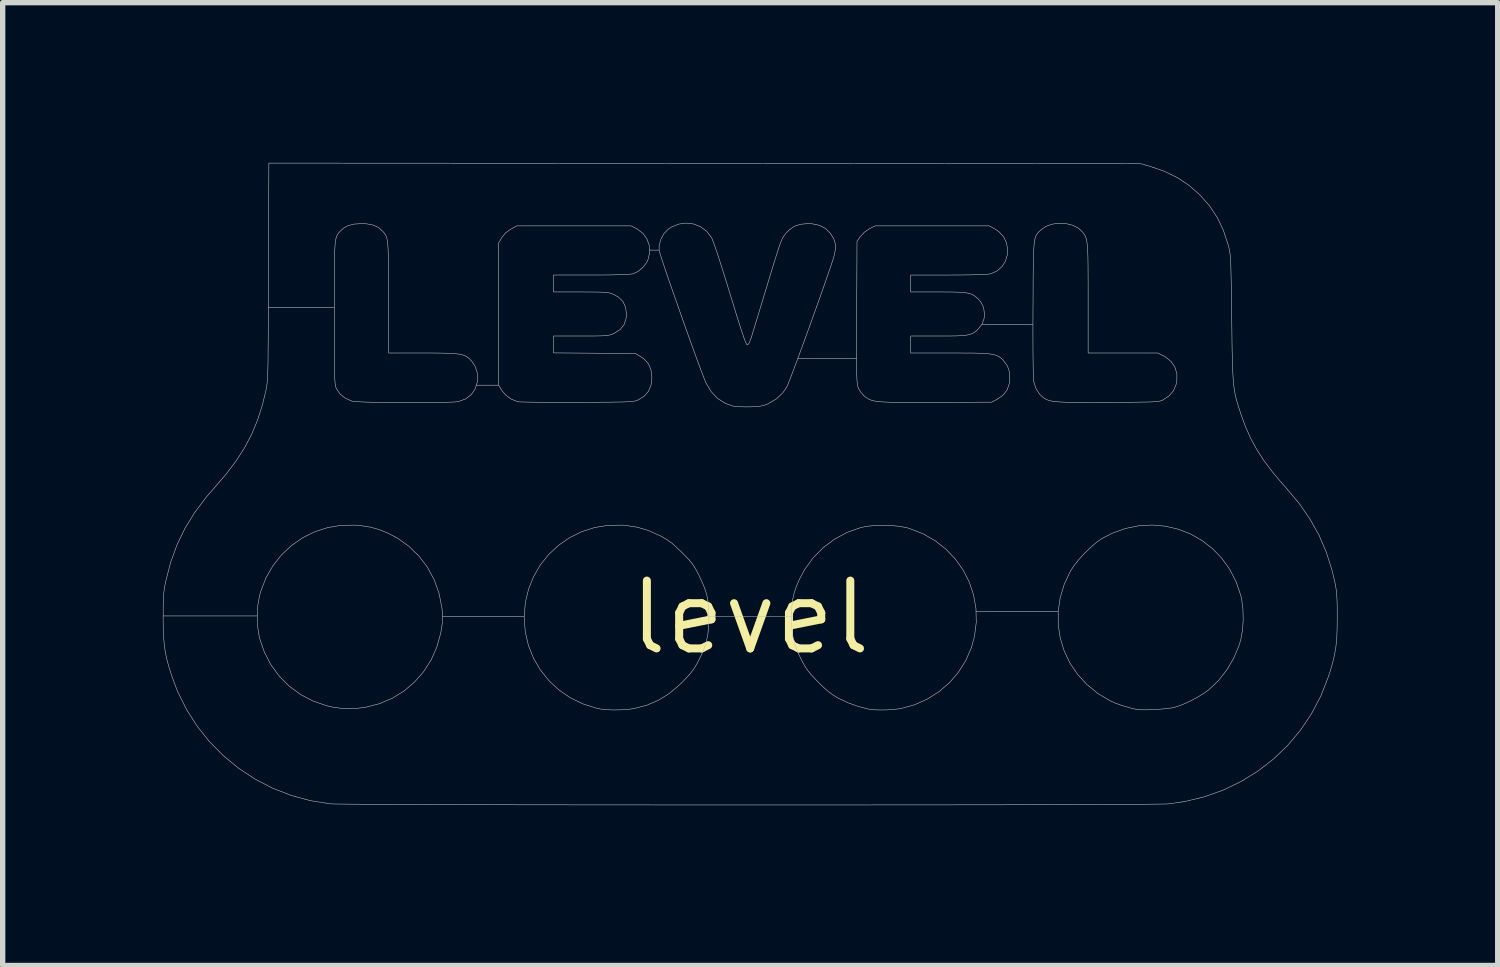
<source format=kicad_pcb>
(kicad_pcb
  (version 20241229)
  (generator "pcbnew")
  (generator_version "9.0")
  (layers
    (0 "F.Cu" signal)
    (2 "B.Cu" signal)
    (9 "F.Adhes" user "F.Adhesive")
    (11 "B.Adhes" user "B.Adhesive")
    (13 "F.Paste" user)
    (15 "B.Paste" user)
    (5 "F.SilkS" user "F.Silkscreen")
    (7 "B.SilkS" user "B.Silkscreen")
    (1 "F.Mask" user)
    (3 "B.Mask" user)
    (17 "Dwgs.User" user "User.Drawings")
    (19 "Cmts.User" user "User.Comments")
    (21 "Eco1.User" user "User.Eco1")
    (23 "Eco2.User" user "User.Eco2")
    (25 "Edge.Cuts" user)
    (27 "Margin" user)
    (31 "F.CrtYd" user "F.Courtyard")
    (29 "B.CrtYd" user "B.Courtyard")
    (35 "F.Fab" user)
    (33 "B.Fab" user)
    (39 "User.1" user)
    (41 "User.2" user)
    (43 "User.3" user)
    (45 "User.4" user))
  (footprint "level"
    (layer "F.Cu")
    (at 11 8.514)
    (property "Reference" "level" (at 0 0 0) (layer "F.SilkS") (effects (font (size 1.27 1.27) (thickness 0.15))))
    (attr through_hole)
    (fp_poly (pts (xy -0.851 -8.504) (xy 7.313 -8.498) (xy 7.476 -8.452) (xy 7.754 -8.357) (xy 8.001 -8.237) (xy 8.222 -8.089) (xy 8.423 -7.912) (xy 8.602 -7.709) (xy 8.746 -7.493) (xy 8.86 -7.255) (xy 8.948 -6.989) (xy 8.949 -6.985) (xy 8.961 -6.942) (xy 8.97 -6.901) (xy 8.979 -6.86) (xy 8.986 -6.815) (xy 8.991 -6.761) (xy 8.996 -6.695) (xy 9 -6.614) (xy 9.003 -6.512) (xy 9.006 -6.388) (xy 9.009 -6.236) (xy 9.012 -6.052) (xy 9.015 -5.834) (xy 9.018 -5.599) (xy 9.021 -5.33) (xy 9.024 -5.099) (xy 9.028 -4.902) (xy 9.032 -4.735) (xy 9.038 -4.593) (xy 9.045 -4.472) (xy 9.054 -4.369) (xy 9.065 -4.278) (xy 9.079 -4.196) (xy 9.096 -4.118) (xy 9.117 -4.04) (xy 9.142 -3.958) (xy 9.171 -3.868) (xy 9.19 -3.81) (xy 9.276 -3.572) (xy 9.374 -3.353) (xy 9.488 -3.143) (xy 9.622 -2.936) (xy 9.782 -2.724) (xy 9.971 -2.5) (xy 10.035 -2.429) (xy 10.279 -2.138) (xy 10.483 -1.844) (xy 10.652 -1.543) (xy 10.788 -1.226) (xy 10.895 -0.888) (xy 10.946 -0.677) (xy 10.963 -0.594) (xy 10.975 -0.516) (xy 10.984 -0.435) (xy 10.989 -0.341) (xy 10.993 -0.226) (xy 10.994 -0.082) (xy 10.994 0) (xy 10.992 0.206) (xy 10.985 0.38) (xy 10.971 0.533) (xy 10.948 0.677) (xy 10.915 0.822) (xy 10.871 0.979) (xy 10.825 1.119) (xy 10.686 1.473) (xy 10.511 1.805) (xy 10.304 2.113) (xy 10.067 2.395) (xy 9.801 2.65) (xy 9.51 2.876) (xy 9.196 3.07) (xy 8.861 3.232) (xy 8.507 3.358) (xy 8.137 3.448) (xy 7.835 3.491) (xy 7.796 3.493) (xy 7.718 3.495) (xy 7.6 3.496) (xy 7.446 3.498) (xy 7.257 3.499) (xy 7.035 3.501) (xy 6.782 3.502) (xy 6.499 3.503) (xy 6.188 3.504) (xy 5.852 3.505) (xy 5.492 3.506) (xy 5.11 3.507) (xy 4.707 3.508) (xy 4.286 3.508) (xy 3.849 3.509) (xy 3.397 3.51) (xy 2.932 3.51) (xy 2.456 3.51) (xy 1.971 3.511) (xy 1.479 3.511) (xy 0.981 3.511) (xy 0.479 3.511) (xy -0.024 3.511) (xy -0.527 3.511) (xy -1.029 3.511) (xy -1.526 3.511) (xy -2.019 3.51) (xy -2.503 3.51) (xy -2.979 3.51) (xy -3.443 3.509) (xy -3.895 3.509) (xy -4.331 3.508) (xy -4.752 3.507) (xy -5.153 3.506) (xy -5.535 3.505) (xy -5.894 3.504) (xy -6.229 3.503) (xy -6.539 3.502) (xy -6.82 3.501) (xy -7.073 3.5) (xy -7.294 3.498) (xy -7.481 3.497) (xy -7.634 3.495) (xy -7.75 3.494) (xy -7.827 3.492) (xy -7.863 3.49) (xy -8.238 3.431) (xy -8.599 3.332) (xy -8.946 3.197) (xy -9.274 3.027) (xy -9.581 2.824) (xy -9.866 2.59) (xy -10.125 2.328) (xy -10.355 2.04) (xy -10.555 1.727) (xy -10.722 1.391) (xy -10.825 1.119) (xy -10.881 0.945) (xy -10.923 0.792) (xy -10.954 0.648) (xy -10.975 0.502) (xy -10.987 0.344) (xy -10.993 0.163) (xy -10.995 0) (xy -10.994 -0.029) (xy -9.233 -0.029) (xy -9.224 0.174) (xy -9.195 0.36) (xy -9.187 0.392) (xy -9.099 0.65) (xy -8.975 0.888) (xy -8.819 1.1) (xy -8.634 1.286) (xy -8.423 1.442) (xy -8.188 1.565) (xy -7.933 1.653) (xy -7.8 1.683) (xy -7.604 1.708) (xy -7.412 1.708) (xy -7.206 1.682) (xy -6.946 1.616) (xy -6.704 1.513) (xy -6.483 1.377) (xy -6.287 1.21) (xy -6.117 1.016) (xy -5.976 0.796) (xy -5.869 0.555) (xy -5.796 0.294) (xy -5.785 0.231) (xy -5.768 0.119) (xy -5.761 0.029) (xy -5.761 0) (xy -4.233 0) (xy -4.213 0.267) (xy -4.154 0.522) (xy -4.059 0.762) (xy -3.93 0.983) (xy -3.771 1.182) (xy -3.584 1.357) (xy -3.371 1.503) (xy -3.135 1.618) (xy -2.879 1.699) (xy -2.814 1.713) (xy -2.705 1.726) (xy -2.57 1.732) (xy -2.425 1.73) (xy -2.285 1.721) (xy -2.173 1.705) (xy -1.938 1.644) (xy -1.724 1.553) (xy -1.523 1.429) (xy -1.328 1.266) (xy -1.269 1.209) (xy -1.173 1.109) (xy -1.101 1.024) (xy -1.043 0.944) (xy -0.991 0.856) (xy -0.969 0.813) (xy -0.888 0.645) (xy -0.832 0.494) (xy -0.797 0.345) (xy -0.779 0.184) (xy -0.774 0) (xy 0.774 0) (xy 0.78 0.191) (xy 0.799 0.355) (xy 0.837 0.506) (xy 0.895 0.659) (xy 0.97 0.815) (xy 1.02 0.906) (xy 1.073 0.986) (xy 1.136 1.065) (xy 1.218 1.153) (xy 1.28 1.217) (xy 1.381 1.315) (xy 1.464 1.388) (xy 1.542 1.446) (xy 1.625 1.497) (xy 1.683 1.528) (xy 1.846 1.603) (xy 2.023 1.666) (xy 2.193 1.711) (xy 2.244 1.721) (xy 2.334 1.73) (xy 2.45 1.733) (xy 2.578 1.73) (xy 2.701 1.721) (xy 2.805 1.708) (xy 2.819 1.706) (xy 3.076 1.636) (xy 3.316 1.529) (xy 3.536 1.39) (xy 3.732 1.221) (xy 3.9 1.025) (xy 4.038 0.805) (xy 4.142 0.566) (xy 4.2 0.354) (xy 4.234 0.09) (xy 4.229 -0.112) (xy 5.768 -0.112) (xy 5.769 0.141) (xy 5.807 0.389) (xy 5.881 0.628) (xy 5.989 0.855) (xy 6.131 1.065) (xy 6.306 1.256) (xy 6.512 1.424) (xy 6.746 1.563) (xy 6.855 1.611) (xy 6.989 1.657) (xy 7.131 1.698) (xy 7.239 1.722) (xy 7.303 1.728) (xy 7.398 1.73) (xy 7.512 1.727) (xy 7.634 1.721) (xy 7.753 1.711) (xy 7.856 1.7) (xy 7.934 1.687) (xy 7.948 1.683) (xy 8.08 1.638) (xy 8.228 1.573) (xy 8.376 1.494) (xy 8.511 1.411) (xy 8.589 1.353) (xy 8.77 1.182) (xy 8.928 0.98) (xy 9.059 0.756) (xy 9.157 0.519) (xy 9.188 0.413) (xy 9.22 0.239) (xy 9.233 0.045) (xy 9.228 -0.152) (xy 9.205 -0.336) (xy 9.188 -0.411) (xy 9.1 -0.669) (xy 8.98 -0.902) (xy 8.831 -1.11) (xy 8.657 -1.29) (xy 8.462 -1.441) (xy 8.249 -1.563) (xy 8.02 -1.652) (xy 7.781 -1.709) (xy 7.534 -1.731) (xy 7.282 -1.718) (xy 7.03 -1.667) (xy 6.78 -1.577) (xy 6.588 -1.479) (xy 6.488 -1.409) (xy 6.376 -1.313) (xy 6.261 -1.201) (xy 6.152 -1.081) (xy 6.06 -0.964) (xy 5.997 -0.867) (xy 5.881 -0.62) (xy 5.805 -0.367) (xy 5.768 -0.112) (xy 4.229 -0.112) (xy 4.228 -0.169) (xy 4.183 -0.421) (xy 4.103 -0.661) (xy 3.989 -0.886) (xy 3.844 -1.092) (xy 3.668 -1.277) (xy 3.466 -1.436) (xy 3.238 -1.567) (xy 2.987 -1.665) (xy 2.948 -1.677) (xy 2.82 -1.703) (xy 2.665 -1.72) (xy 2.498 -1.726) (xy 2.332 -1.722) (xy 2.182 -1.707) (xy 2.074 -1.685) (xy 1.815 -1.593) (xy 1.577 -1.465) (xy 1.363 -1.304) (xy 1.175 -1.113) (xy 1.018 -0.895) (xy 0.92 -0.712) (xy 0.861 -0.573) (xy 0.82 -0.448) (xy 0.793 -0.323) (xy 0.779 -0.184) (xy 0.774 -0.018) (xy 0.774 0) (xy -0.774 0) (xy -0.778 -0.165) (xy -0.79 -0.303) (xy -0.814 -0.426) (xy -0.853 -0.549) (xy -0.911 -0.685) (xy -0.957 -0.783) (xy -1.006 -0.878) (xy -1.049 -0.954) (xy -1.096 -1.02) (xy -1.154 -1.089) (xy -1.232 -1.17) (xy -1.279 -1.217) (xy -1.38 -1.315) (xy -1.465 -1.389) (xy -1.544 -1.447) (xy -1.628 -1.498) (xy -1.683 -1.528) (xy -1.902 -1.627) (xy -2.118 -1.691) (xy -2.344 -1.726) (xy -2.396 -1.729) (xy -2.663 -1.725) (xy -2.919 -1.683) (xy -3.161 -1.604) (xy -3.386 -1.492) (xy -3.591 -1.35) (xy -3.773 -1.18) (xy -3.929 -0.986) (xy -4.055 -0.769) (xy -4.15 -0.534) (xy -4.211 -0.282) (xy -4.233 -0.016) (xy -4.233 0) (xy -5.761 0) (xy -5.762 -0.057) (xy -5.771 -0.157) (xy -5.775 -0.187) (xy -5.829 -0.457) (xy -5.92 -0.71) (xy -6.046 -0.942) (xy -6.205 -1.151) (xy -6.393 -1.334) (xy -6.61 -1.488) (xy -6.777 -1.575) (xy -6.948 -1.646) (xy -7.114 -1.692) (xy -7.292 -1.72) (xy -7.391 -1.729) (xy -7.657 -1.726) (xy -7.914 -1.683) (xy -8.158 -1.604) (xy -8.386 -1.49) (xy -8.595 -1.344) (xy -8.781 -1.169) (xy -8.94 -0.966) (xy -9.07 -0.739) (xy -9.166 -0.49) (xy -9.188 -0.413) (xy -9.221 -0.23) (xy -9.233 -0.029) (xy -10.994 -0.029) (xy -10.994 -0.161) (xy -10.992 -0.288) (xy -10.988 -0.39) (xy -10.981 -0.475) (xy -10.97 -0.553) (xy -10.956 -0.631) (xy -10.946 -0.677) (xy -10.855 -1.03) (xy -10.736 -1.358) (xy -10.587 -1.667) (xy -10.405 -1.964) (xy -10.186 -2.255) (xy -10.035 -2.429) (xy -9.813 -2.687) (xy -9.625 -2.936) (xy -9.468 -3.181) (xy -9.337 -3.431) (xy -9.228 -3.692) (xy -9.138 -3.973) (xy -9.076 -4.223) (xy -9.068 -4.259) (xy -9.061 -4.293) (xy -9.055 -4.329) (xy -9.05 -4.369) (xy -9.045 -4.416) (xy -9.041 -4.473) (xy -9.038 -4.542) (xy -9.035 -4.626) (xy -9.032 -4.728) (xy -9.03 -4.851) (xy -9.029 -4.997) (xy -9.027 -5.17) (xy -9.026 -5.371) (xy -9.025 -5.604) (xy -9.024 -5.872) (xy -9.023 -6.07) (xy -7.789 -6.07) (xy -7.789 -5.805) (xy -7.789 -5.7) (xy -7.789 -5.429) (xy -7.788 -5.197) (xy -7.788 -5.001) (xy -7.787 -4.837) (xy -7.786 -4.702) (xy -7.784 -4.593) (xy -7.781 -4.507) (xy -7.778 -4.441) (xy -7.774 -4.39) (xy -7.769 -4.352) (xy -7.763 -4.323) (xy -7.756 -4.301) (xy -7.749 -4.284) (xy -7.683 -4.187) (xy -7.586 -4.108) (xy -7.467 -4.055) (xy -7.454 -4.051) (xy -7.408 -4.045) (xy -7.325 -4.039) (xy -7.212 -4.034) (xy -7.072 -4.03) (xy -6.913 -4.026) (xy -6.739 -4.024) (xy -6.557 -4.022) (xy -6.372 -4.022) (xy -6.189 -4.022) (xy -6.015 -4.023) (xy -5.854 -4.026) (xy -5.713 -4.029) (xy -5.596 -4.033) (xy -5.511 -4.038) (xy -5.463 -4.044) (xy -5.331 -4.092) (xy -5.226 -4.171) (xy -5.152 -4.278) (xy -5.111 -4.409) (xy -5.106 -4.445) (xy -5.112 -4.585) (xy -5.156 -4.713) (xy -5.22 -4.804) (xy -5.257 -4.843) (xy -5.294 -4.875) (xy -5.337 -4.899) (xy -5.389 -4.918) (xy -5.456 -4.932) (xy -5.543 -4.942) (xy -5.653 -4.948) (xy -5.793 -4.951) (xy -5.966 -4.953) (xy -6.132 -4.953) (xy -6.773 -4.953) (xy -6.773 -5.991) (xy -6.773 -6.238) (xy -6.774 -6.446) (xy -6.775 -6.619) (xy -6.777 -6.761) (xy -6.781 -6.876) (xy -6.786 -6.966) (xy -6.791 -7.017) (xy -4.71 -7.017) (xy -4.71 -4.35) (xy -4.653 -4.254) (xy -4.577 -4.162) (xy -4.473 -4.088) (xy -4.352 -4.041) (xy -4.351 -4.041) (xy -4.318 -4.038) (xy -4.246 -4.035) (xy -4.141 -4.033) (xy -4.006 -4.031) (xy -3.847 -4.029) (xy -3.667 -4.029) (xy -3.471 -4.028) (xy -3.264 -4.029) (xy -3.239 -4.029) (xy -2.999 -4.03) (xy -2.798 -4.031) (xy -2.632 -4.032) (xy -2.497 -4.034) (xy -2.389 -4.036) (xy -2.305 -4.039) (xy -2.241 -4.043) (xy -2.192 -4.048) (xy -2.157 -4.054) (xy -2.13 -4.061) (xy -2.107 -4.07) (xy -2.106 -4.07) (xy -1.988 -4.142) (xy -1.905 -4.236) (xy -1.857 -4.354) (xy -1.841 -4.494) (xy -1.857 -4.633) (xy -1.904 -4.747) (xy -1.985 -4.838) (xy -2.043 -4.879) (xy -2.145 -4.942) (xy -2.914 -4.949) (xy -3.683 -4.955) (xy -3.683 -5.271) (xy -3.17 -5.271) (xy -3.009 -5.271) (xy -2.884 -5.272) (xy -2.789 -5.274) (xy -2.719 -5.277) (xy -2.666 -5.283) (xy -2.626 -5.291) (xy -2.591 -5.303) (xy -2.556 -5.318) (xy -2.547 -5.322) (xy -2.437 -5.392) (xy -2.363 -5.482) (xy -2.325 -5.596) (xy -2.318 -5.683) (xy -2.334 -5.813) (xy -2.385 -5.919) (xy -2.471 -6.002) (xy -2.547 -6.044) (xy -2.583 -6.06) (xy -2.617 -6.073) (xy -2.655 -6.082) (xy -2.704 -6.088) (xy -2.77 -6.092) (xy -2.858 -6.094) (xy -2.975 -6.095) (xy -3.127 -6.096) (xy -3.17 -6.096) (xy -3.683 -6.096) (xy -3.683 -6.413) (xy -2.979 -6.414) (xy -2.775 -6.414) (xy -2.596 -6.416) (xy -2.445 -6.42) (xy -2.325 -6.424) (xy -2.24 -6.43) (xy -2.195 -6.436) (xy -2.195 -6.436) (xy -2.101 -6.48) (xy -2.013 -6.553) (xy -1.942 -6.643) (xy -1.914 -6.7) (xy -1.883 -6.834) (xy -1.886 -6.879) (xy -1.706 -6.879) (xy -1.696 -6.841) (xy -1.674 -6.768) (xy -1.64 -6.664) (xy -1.597 -6.534) (xy -1.545 -6.381) (xy -1.486 -6.21) (xy -1.422 -6.027) (xy -1.354 -5.834) (xy -1.285 -5.636) (xy -1.215 -5.439) (xy -1.146 -5.245) (xy -1.079 -5.06) (xy -1.017 -4.888) (xy -0.96 -4.734) (xy -0.91 -4.601) (xy -0.87 -4.494) (xy -0.839 -4.419) (xy -0.827 -4.389) (xy -0.732 -4.23) (xy -0.612 -4.103) (xy -0.467 -4.011) (xy -0.323 -3.959) (xy -0.269 -3.951) (xy -0.185 -3.946) (xy -0.084 -3.944) (xy -0.011 -3.944) (xy 0.101 -3.949) (xy 0.183 -3.956) (xy 0.248 -3.969) (xy 0.307 -3.99) (xy 0.341 -4.005) (xy 0.493 -4.095) (xy 0.614 -4.211) (xy 0.683 -4.313) (xy 0.702 -4.354) (xy 0.733 -4.431) (xy 0.774 -4.538) (xy 0.825 -4.672) (xy 0.883 -4.827) (xy 0.947 -5) (xy 0.951 -5.012) (xy 1.992 -5.012) (xy 1.992 -4.848) (xy 1.993 -4.714) (xy 1.994 -4.605) (xy 1.996 -4.518) (xy 1.999 -4.451) (xy 2.003 -4.4) (xy 2.008 -4.362) (xy 2.013 -4.333) (xy 2.02 -4.31) (xy 2.028 -4.289) (xy 2.029 -4.288) (xy 2.073 -4.216) (xy 2.131 -4.151) (xy 2.147 -4.137) (xy 2.181 -4.113) (xy 2.214 -4.092) (xy 2.251 -4.075) (xy 2.295 -4.061) (xy 2.35 -4.05) (xy 2.419 -4.041) (xy 2.507 -4.035) (xy 2.616 -4.031) (xy 2.752 -4.028) (xy 2.917 -4.027) (xy 3.115 -4.027) (xy 3.35 -4.027) (xy 3.472 -4.028) (xy 4.52 -4.032) (xy 4.625 -4.086) (xy 4.737 -4.164) (xy 4.813 -4.264) (xy 4.855 -4.388) (xy 4.862 -4.442) (xy 4.858 -4.587) (xy 4.818 -4.711) (xy 4.74 -4.816) (xy 4.736 -4.821) (xy 4.7 -4.854) (xy 4.664 -4.881) (xy 4.625 -4.903) (xy 4.576 -4.919) (xy 4.513 -4.932) (xy 4.433 -4.941) (xy 4.331 -4.947) (xy 4.202 -4.951) (xy 4.041 -4.952) (xy 3.845 -4.953) (xy 3.744 -4.953) (xy 3.006 -4.953) (xy 3.006 -5.227) (xy 5.295 -5.227) (xy 5.296 -4.997) (xy 5.298 -4.803) (xy 5.3 -4.644) (xy 5.304 -4.524) (xy 5.308 -4.443) (xy 5.312 -4.409) (xy 5.353 -4.284) (xy 5.422 -4.178) (xy 5.496 -4.113) (xy 5.53 -4.092) (xy 5.565 -4.075) (xy 5.607 -4.061) (xy 5.658 -4.05) (xy 5.724 -4.042) (xy 5.807 -4.035) (xy 5.912 -4.031) (xy 6.042 -4.028) (xy 6.202 -4.027) (xy 6.396 -4.027) (xy 6.626 -4.028) (xy 6.699 -4.028) (xy 6.926 -4.029) (xy 7.115 -4.03) (xy 7.269 -4.032) (xy 7.392 -4.034) (xy 7.489 -4.036) (xy 7.564 -4.04) (xy 7.619 -4.044) (xy 7.66 -4.05) (xy 7.689 -4.057) (xy 7.712 -4.065) (xy 7.726 -4.072) (xy 7.846 -4.152) (xy 7.929 -4.249) (xy 7.978 -4.366) (xy 7.99 -4.426) (xy 7.991 -4.564) (xy 7.953 -4.689) (xy 7.879 -4.797) (xy 7.773 -4.882) (xy 7.748 -4.895) (xy 7.634 -4.953) (xy 6.329 -4.953) (xy 6.329 -5.976) (xy 6.329 -6.221) (xy 6.328 -6.427) (xy 6.327 -6.598) (xy 6.325 -6.738) (xy 6.321 -6.852) (xy 6.316 -6.942) (xy 6.309 -7.012) (xy 6.3 -7.067) (xy 6.288 -7.11) (xy 6.273 -7.145) (xy 6.256 -7.176) (xy 6.234 -7.206) (xy 6.229 -7.213) (xy 6.147 -7.291) (xy 6.038 -7.346) (xy 5.912 -7.377) (xy 5.78 -7.383) (xy 5.65 -7.365) (xy 5.533 -7.321) (xy 5.442 -7.256) (xy 5.413 -7.229) (xy 5.389 -7.204) (xy 5.369 -7.178) (xy 5.352 -7.148) (xy 5.338 -7.11) (xy 5.327 -7.062) (xy 5.318 -6.998) (xy 5.312 -6.917) (xy 5.307 -6.815) (xy 5.303 -6.689) (xy 5.301 -6.534) (xy 5.299 -6.349) (xy 5.298 -6.128) (xy 5.297 -5.87) (xy 5.296 -5.782) (xy 5.295 -5.489) (xy 5.295 -5.227) (xy 3.006 -5.227) (xy 3.006 -5.271) (xy 3.525 -5.271) (xy 3.703 -5.271) (xy 3.845 -5.273) (xy 3.956 -5.278) (xy 4.041 -5.286) (xy 4.106 -5.299) (xy 4.158 -5.317) (xy 4.2 -5.341) (xy 4.24 -5.373) (xy 4.262 -5.393) (xy 4.34 -5.489) (xy 4.38 -5.596) (xy 4.388 -5.683) (xy 4.371 -5.804) (xy 4.32 -5.907) (xy 4.262 -5.973) (xy 4.221 -6.009) (xy 4.181 -6.037) (xy 4.135 -6.059) (xy 4.078 -6.074) (xy 4.004 -6.085) (xy 3.908 -6.091) (xy 3.783 -6.095) (xy 3.625 -6.096) (xy 3.525 -6.096) (xy 3.006 -6.096) (xy 3.006 -6.413) (xy 3.718 -6.413) (xy 3.954 -6.414) (xy 4.149 -6.417) (xy 4.302 -6.421) (xy 4.415 -6.426) (xy 4.488 -6.433) (xy 4.511 -6.438) (xy 4.628 -6.492) (xy 4.717 -6.573) (xy 4.78 -6.673) (xy 4.814 -6.786) (xy 4.82 -6.905) (xy 4.798 -7.021) (xy 4.745 -7.13) (xy 4.662 -7.222) (xy 4.589 -7.272) (xy 4.477 -7.334) (xy 2.338 -7.334) (xy 2.233 -7.28) (xy 2.139 -7.216) (xy 2.064 -7.135) (xy 2 -7.045) (xy 1.994 -5.712) (xy 1.993 -5.441) (xy 1.993 -5.209) (xy 1.992 -5.012) (xy 0.951 -5.012) (xy 1.015 -5.186) (xy 1.086 -5.38) (xy 1.157 -5.579) (xy 1.228 -5.776) (xy 1.297 -5.969) (xy 1.361 -6.151) (xy 1.42 -6.32) (xy 1.472 -6.47) (xy 1.515 -6.596) (xy 1.548 -6.695) (xy 1.568 -6.762) (xy 1.572 -6.774) (xy 1.596 -6.897) (xy 1.594 -6.999) (xy 1.565 -7.092) (xy 1.506 -7.188) (xy 1.505 -7.191) (xy 1.414 -7.283) (xy 1.299 -7.344) (xy 1.157 -7.373) (xy 1.079 -7.376) (xy 0.941 -7.364) (xy 0.829 -7.327) (xy 0.733 -7.26) (xy 0.678 -7.205) (xy 0.655 -7.178) (xy 0.635 -7.152) (xy 0.616 -7.123) (xy 0.597 -7.086) (xy 0.577 -7.038) (xy 0.553 -6.975) (xy 0.525 -6.892) (xy 0.491 -6.785) (xy 0.449 -6.651) (xy 0.398 -6.485) (xy 0.336 -6.283) (xy 0.327 -6.25) (xy 0.272 -6.071) (xy 0.219 -5.895) (xy 0.169 -5.73) (xy 0.123 -5.581) (xy 0.085 -5.455) (xy 0.055 -5.358) (xy 0.04 -5.306) (xy 0.008 -5.207) (xy -0.018 -5.144) (xy -0.039 -5.112) (xy -0.057 -5.105) (xy -0.069 -5.12) (xy -0.089 -5.163) (xy -0.116 -5.235) (xy -0.152 -5.339) (xy -0.196 -5.475) (xy -0.251 -5.648) (xy -0.315 -5.857) (xy -0.379 -6.065) (xy -0.447 -6.288) (xy -0.511 -6.492) (xy -0.569 -6.673) (xy -0.62 -6.829) (xy -0.663 -6.955) (xy -0.697 -7.049) (xy -0.72 -7.106) (xy -0.726 -7.117) (xy -0.817 -7.233) (xy -0.93 -7.318) (xy -1.059 -7.369) (xy -1.197 -7.386) (xy -1.337 -7.368) (xy -1.473 -7.312) (xy -1.541 -7.267) (xy -1.618 -7.186) (xy -1.674 -7.081) (xy -1.705 -6.968) (xy -1.706 -6.879) (xy -1.886 -6.879) (xy -1.891 -6.966) (xy -1.934 -7.089) (xy -2.01 -7.194) (xy -2.116 -7.274) (xy -2.127 -7.28) (xy -2.232 -7.334) (xy -4.371 -7.334) (xy -4.484 -7.272) (xy -4.582 -7.202) (xy -4.652 -7.114) (xy -4.653 -7.113) (xy -4.71 -7.017) (xy -6.791 -7.017) (xy -6.793 -7.037) (xy -6.803 -7.092) (xy -6.815 -7.134) (xy -6.83 -7.166) (xy -6.849 -7.194) (xy -6.872 -7.221) (xy -6.885 -7.235) (xy -6.968 -7.306) (xy -7.063 -7.35) (xy -7.183 -7.372) (xy -7.281 -7.376) (xy -7.421 -7.367) (xy -7.532 -7.338) (xy -7.623 -7.286) (xy -7.677 -7.235) (xy -7.699 -7.212) (xy -7.718 -7.189) (xy -7.734 -7.163) (xy -7.748 -7.132) (xy -7.759 -7.093) (xy -7.768 -7.041) (xy -7.775 -6.974) (xy -7.78 -6.888) (xy -7.784 -6.781) (xy -7.786 -6.649) (xy -7.788 -6.488) (xy -7.789 -6.296) (xy -7.789 -6.07) (xy -9.023 -6.07) (xy -9.023 -6.177) (xy -9.022 -6.472) (xy -9.015 -8.509) (xy -0.851 -8.504)) (stroke (width 0.01) (type solid)) (fill yes) (layer "F.Mask"))
    (fp_poly (pts (xy -0.851 -8.504) (xy 7.313 -8.498) (xy 7.476 -8.452) (xy 7.754 -8.357) (xy 8.001 -8.237) (xy 8.222 -8.089) (xy 8.423 -7.912) (xy 8.602 -7.709) (xy 8.746 -7.493) (xy 8.86 -7.255) (xy 8.948 -6.989) (xy 8.949 -6.985) (xy 8.961 -6.942) (xy 8.97 -6.901) (xy 8.979 -6.86) (xy 8.986 -6.815) (xy 8.991 -6.761) (xy 8.996 -6.695) (xy 9 -6.614) (xy 9.003 -6.512) (xy 9.006 -6.388) (xy 9.009 -6.236) (xy 9.012 -6.052) (xy 9.015 -5.834) (xy 9.018 -5.599) (xy 9.021 -5.33) (xy 9.024 -5.099) (xy 9.028 -4.902) (xy 9.032 -4.735) (xy 9.038 -4.593) (xy 9.045 -4.472) (xy 9.054 -4.369) (xy 9.065 -4.278) (xy 9.079 -4.196) (xy 9.096 -4.118) (xy 9.117 -4.04) (xy 9.142 -3.958) (xy 9.171 -3.868) (xy 9.19 -3.81) (xy 9.276 -3.572) (xy 9.374 -3.353) (xy 9.488 -3.143) (xy 9.622 -2.936) (xy 9.782 -2.724) (xy 9.971 -2.5) (xy 10.035 -2.429) (xy 10.279 -2.138) (xy 10.483 -1.844) (xy 10.652 -1.543) (xy 10.788 -1.226) (xy 10.895 -0.888) (xy 10.946 -0.677) (xy 10.963 -0.594) (xy 10.975 -0.516) (xy 10.984 -0.435) (xy 10.989 -0.341) (xy 10.993 -0.226) (xy 10.994 -0.082) (xy 10.994 0) (xy 10.992 0.206) (xy 10.985 0.38) (xy 10.971 0.533) (xy 10.948 0.677) (xy 10.915 0.822) (xy 10.871 0.979) (xy 10.825 1.119) (xy 10.686 1.473) (xy 10.511 1.805) (xy 10.304 2.113) (xy 10.067 2.395) (xy 9.801 2.65) (xy 9.51 2.876) (xy 9.196 3.07) (xy 8.861 3.232) (xy 8.507 3.358) (xy 8.137 3.448) (xy 7.835 3.491) (xy 7.796 3.493) (xy 7.718 3.495) (xy 7.6 3.496) (xy 7.446 3.498) (xy 7.257 3.499) (xy 7.035 3.501) (xy 6.782 3.502) (xy 6.499 3.503) (xy 6.188 3.504) (xy 5.852 3.505) (xy 5.492 3.506) (xy 5.11 3.507) (xy 4.707 3.508) (xy 4.286 3.508) (xy 3.849 3.509) (xy 3.397 3.51) (xy 2.932 3.51) (xy 2.456 3.51) (xy 1.971 3.511) (xy 1.479 3.511) (xy 0.981 3.511) (xy 0.479 3.511) (xy -0.024 3.511) (xy -0.527 3.511) (xy -1.029 3.511) (xy -1.526 3.511) (xy -2.019 3.51) (xy -2.503 3.51) (xy -2.979 3.51) (xy -3.443 3.509) (xy -3.895 3.509) (xy -4.331 3.508) (xy -4.752 3.507) (xy -5.153 3.506) (xy -5.535 3.505) (xy -5.894 3.504) (xy -6.229 3.503) (xy -6.539 3.502) (xy -6.82 3.501) (xy -7.073 3.5) (xy -7.294 3.498) (xy -7.481 3.497) (xy -7.634 3.495) (xy -7.75 3.494) (xy -7.827 3.492) (xy -7.863 3.49) (xy -8.238 3.431) (xy -8.599 3.332) (xy -8.946 3.197) (xy -9.274 3.027) (xy -9.581 2.824) (xy -9.866 2.59) (xy -10.125 2.328) (xy -10.355 2.04) (xy -10.555 1.727) (xy -10.722 1.391) (xy -10.825 1.119) (xy -10.881 0.945) (xy -10.923 0.792) (xy -10.954 0.648) (xy -10.975 0.502) (xy -10.987 0.344) (xy -10.993 0.163) (xy -10.995 0) (xy -10.994 -0.029) (xy -9.233 -0.029) (xy -9.224 0.174) (xy -9.195 0.36) (xy -9.187 0.392) (xy -9.099 0.65) (xy -8.975 0.888) (xy -8.819 1.1) (xy -8.634 1.286) (xy -8.423 1.442) (xy -8.188 1.565) (xy -7.933 1.653) (xy -7.8 1.683) (xy -7.604 1.708) (xy -7.412 1.708) (xy -7.206 1.682) (xy -6.946 1.616) (xy -6.704 1.513) (xy -6.483 1.377) (xy -6.287 1.21) (xy -6.117 1.016) (xy -5.976 0.796) (xy -5.869 0.555) (xy -5.796 0.294) (xy -5.785 0.231) (xy -5.768 0.119) (xy -5.761 0.029) (xy -5.761 0) (xy -4.233 0) (xy -4.213 0.267) (xy -4.154 0.522) (xy -4.059 0.762) (xy -3.93 0.983) (xy -3.771 1.182) (xy -3.584 1.357) (xy -3.371 1.503) (xy -3.135 1.618) (xy -2.879 1.699) (xy -2.814 1.713) (xy -2.705 1.726) (xy -2.57 1.732) (xy -2.425 1.73) (xy -2.285 1.721) (xy -2.173 1.705) (xy -1.938 1.644) (xy -1.724 1.553) (xy -1.523 1.429) (xy -1.328 1.266) (xy -1.269 1.209) (xy -1.173 1.109) (xy -1.101 1.024) (xy -1.043 0.944) (xy -0.991 0.856) (xy -0.969 0.813) (xy -0.888 0.645) (xy -0.832 0.494) (xy -0.797 0.345) (xy -0.779 0.184) (xy -0.774 0) (xy 0.774 0) (xy 0.78 0.191) (xy 0.799 0.355) (xy 0.837 0.506) (xy 0.895 0.659) (xy 0.97 0.815) (xy 1.02 0.906) (xy 1.073 0.986) (xy 1.136 1.065) (xy 1.218 1.153) (xy 1.28 1.217) (xy 1.381 1.315) (xy 1.464 1.388) (xy 1.542 1.446) (xy 1.625 1.497) (xy 1.683 1.528) (xy 1.846 1.603) (xy 2.023 1.666) (xy 2.193 1.711) (xy 2.244 1.721) (xy 2.334 1.73) (xy 2.45 1.733) (xy 2.578 1.73) (xy 2.701 1.721) (xy 2.805 1.708) (xy 2.819 1.706) (xy 3.076 1.636) (xy 3.316 1.529) (xy 3.536 1.39) (xy 3.732 1.221) (xy 3.9 1.025) (xy 4.038 0.805) (xy 4.142 0.566) (xy 4.2 0.354) (xy 4.234 0.09) (xy 4.229 -0.112) (xy 5.768 -0.112) (xy 5.769 0.141) (xy 5.807 0.389) (xy 5.881 0.628) (xy 5.989 0.855) (xy 6.131 1.065) (xy 6.306 1.256) (xy 6.512 1.424) (xy 6.746 1.563) (xy 6.855 1.611) (xy 6.989 1.657) (xy 7.131 1.698) (xy 7.239 1.722) (xy 7.303 1.728) (xy 7.398 1.73) (xy 7.512 1.727) (xy 7.634 1.721) (xy 7.753 1.711) (xy 7.856 1.7) (xy 7.934 1.687) (xy 7.948 1.683) (xy 8.08 1.638) (xy 8.228 1.573) (xy 8.376 1.494) (xy 8.511 1.411) (xy 8.589 1.353) (xy 8.77 1.182) (xy 8.928 0.98) (xy 9.059 0.756) (xy 9.157 0.519) (xy 9.188 0.413) (xy 9.22 0.239) (xy 9.233 0.045) (xy 9.228 -0.152) (xy 9.205 -0.336) (xy 9.188 -0.411) (xy 9.1 -0.669) (xy 8.98 -0.902) (xy 8.831 -1.11) (xy 8.657 -1.29) (xy 8.462 -1.441) (xy 8.249 -1.563) (xy 8.02 -1.652) (xy 7.781 -1.709) (xy 7.534 -1.731) (xy 7.282 -1.718) (xy 7.03 -1.667) (xy 6.78 -1.577) (xy 6.588 -1.479) (xy 6.488 -1.409) (xy 6.376 -1.313) (xy 6.261 -1.201) (xy 6.152 -1.081) (xy 6.06 -0.964) (xy 5.997 -0.867) (xy 5.881 -0.62) (xy 5.805 -0.367) (xy 5.768 -0.112) (xy 4.229 -0.112) (xy 4.228 -0.169) (xy 4.183 -0.421) (xy 4.103 -0.661) (xy 3.989 -0.886) (xy 3.844 -1.092) (xy 3.668 -1.277) (xy 3.466 -1.436) (xy 3.238 -1.567) (xy 2.987 -1.665) (xy 2.948 -1.677) (xy 2.82 -1.703) (xy 2.665 -1.72) (xy 2.498 -1.726) (xy 2.332 -1.722) (xy 2.182 -1.707) (xy 2.074 -1.685) (xy 1.815 -1.593) (xy 1.577 -1.465) (xy 1.363 -1.304) (xy 1.175 -1.113) (xy 1.018 -0.895) (xy 0.92 -0.712) (xy 0.861 -0.573) (xy 0.82 -0.448) (xy 0.793 -0.323) (xy 0.779 -0.184) (xy 0.774 -0.018) (xy 0.774 0) (xy -0.774 0) (xy -0.778 -0.165) (xy -0.79 -0.303) (xy -0.814 -0.426) (xy -0.853 -0.549) (xy -0.911 -0.685) (xy -0.957 -0.783) (xy -1.006 -0.878) (xy -1.049 -0.954) (xy -1.096 -1.02) (xy -1.154 -1.089) (xy -1.232 -1.17) (xy -1.279 -1.217) (xy -1.38 -1.315) (xy -1.465 -1.389) (xy -1.544 -1.447) (xy -1.628 -1.498) (xy -1.683 -1.528) (xy -1.902 -1.627) (xy -2.118 -1.691) (xy -2.344 -1.726) (xy -2.396 -1.729) (xy -2.663 -1.725) (xy -2.919 -1.683) (xy -3.161 -1.604) (xy -3.386 -1.492) (xy -3.591 -1.35) (xy -3.773 -1.18) (xy -3.929 -0.986) (xy -4.055 -0.769) (xy -4.15 -0.534) (xy -4.211 -0.282) (xy -4.233 -0.016) (xy -4.233 0) (xy -5.761 0) (xy -5.762 -0.057) (xy -5.771 -0.157) (xy -5.775 -0.187) (xy -5.829 -0.457) (xy -5.92 -0.71) (xy -6.046 -0.942) (xy -6.205 -1.151) (xy -6.393 -1.334) (xy -6.61 -1.488) (xy -6.777 -1.575) (xy -6.948 -1.646) (xy -7.114 -1.692) (xy -7.292 -1.72) (xy -7.391 -1.729) (xy -7.657 -1.726) (xy -7.914 -1.683) (xy -8.158 -1.604) (xy -8.386 -1.49) (xy -8.595 -1.344) (xy -8.781 -1.169) (xy -8.94 -0.966) (xy -9.07 -0.739) (xy -9.166 -0.49) (xy -9.188 -0.413) (xy -9.221 -0.23) (xy -9.233 -0.029) (xy -10.994 -0.029) (xy -10.994 -0.161) (xy -10.992 -0.288) (xy -10.988 -0.39) (xy -10.981 -0.475) (xy -10.97 -0.553) (xy -10.956 -0.631) (xy -10.946 -0.677) (xy -10.855 -1.03) (xy -10.736 -1.358) (xy -10.587 -1.667) (xy -10.405 -1.964) (xy -10.186 -2.255) (xy -10.035 -2.429) (xy -9.813 -2.687) (xy -9.625 -2.936) (xy -9.468 -3.181) (xy -9.337 -3.431) (xy -9.228 -3.692) (xy -9.138 -3.973) (xy -9.076 -4.223) (xy -9.068 -4.259) (xy -9.061 -4.293) (xy -9.055 -4.329) (xy -9.05 -4.369) (xy -9.045 -4.416) (xy -9.041 -4.473) (xy -9.038 -4.542) (xy -9.035 -4.626) (xy -9.032 -4.728) (xy -9.03 -4.851) (xy -9.029 -4.997) (xy -9.027 -5.17) (xy -9.026 -5.371) (xy -9.025 -5.604) (xy -9.024 -5.872) (xy -9.023 -6.07) (xy -7.789 -6.07) (xy -7.789 -5.805) (xy -7.789 -5.7) (xy -7.789 -5.429) (xy -7.788 -5.197) (xy -7.788 -5.001) (xy -7.787 -4.837) (xy -7.786 -4.702) (xy -7.784 -4.593) (xy -7.781 -4.507) (xy -7.778 -4.441) (xy -7.774 -4.39) (xy -7.769 -4.352) (xy -7.763 -4.323) (xy -7.756 -4.301) (xy -7.749 -4.284) (xy -7.683 -4.187) (xy -7.586 -4.108) (xy -7.467 -4.055) (xy -7.454 -4.051) (xy -7.408 -4.045) (xy -7.325 -4.039) (xy -7.212 -4.034) (xy -7.072 -4.03) (xy -6.913 -4.026) (xy -6.739 -4.024) (xy -6.557 -4.022) (xy -6.372 -4.022) (xy -6.189 -4.022) (xy -6.015 -4.023) (xy -5.854 -4.026) (xy -5.713 -4.029) (xy -5.596 -4.033) (xy -5.511 -4.038) (xy -5.463 -4.044) (xy -5.331 -4.092) (xy -5.226 -4.171) (xy -5.152 -4.278) (xy -5.111 -4.409) (xy -5.106 -4.445) (xy -5.112 -4.585) (xy -5.156 -4.713) (xy -5.22 -4.804) (xy -5.257 -4.843) (xy -5.294 -4.875) (xy -5.337 -4.899) (xy -5.389 -4.918) (xy -5.456 -4.932) (xy -5.543 -4.942) (xy -5.653 -4.948) (xy -5.793 -4.951) (xy -5.966 -4.953) (xy -6.132 -4.953) (xy -6.773 -4.953) (xy -6.773 -5.991) (xy -6.773 -6.238) (xy -6.774 -6.446) (xy -6.775 -6.619) (xy -6.777 -6.761) (xy -6.781 -6.876) (xy -6.786 -6.966) (xy -6.791 -7.017) (xy -4.71 -7.017) (xy -4.71 -4.35) (xy -4.653 -4.254) (xy -4.577 -4.162) (xy -4.473 -4.088) (xy -4.352 -4.041) (xy -4.351 -4.041) (xy -4.318 -4.038) (xy -4.246 -4.035) (xy -4.141 -4.033) (xy -4.006 -4.031) (xy -3.847 -4.029) (xy -3.667 -4.029) (xy -3.471 -4.028) (xy -3.264 -4.029) (xy -3.239 -4.029) (xy -2.999 -4.03) (xy -2.798 -4.031) (xy -2.632 -4.032) (xy -2.497 -4.034) (xy -2.389 -4.036) (xy -2.305 -4.039) (xy -2.241 -4.043) (xy -2.192 -4.048) (xy -2.157 -4.054) (xy -2.13 -4.061) (xy -2.107 -4.07) (xy -2.106 -4.07) (xy -1.988 -4.142) (xy -1.905 -4.236) (xy -1.857 -4.354) (xy -1.841 -4.494) (xy -1.857 -4.633) (xy -1.904 -4.747) (xy -1.985 -4.838) (xy -2.043 -4.879) (xy -2.145 -4.942) (xy -2.914 -4.949) (xy -3.683 -4.955) (xy -3.683 -5.271) (xy -3.17 -5.271) (xy -3.009 -5.271) (xy -2.884 -5.272) (xy -2.789 -5.274) (xy -2.719 -5.277) (xy -2.666 -5.283) (xy -2.626 -5.291) (xy -2.591 -5.303) (xy -2.556 -5.318) (xy -2.547 -5.322) (xy -2.437 -5.392) (xy -2.363 -5.482) (xy -2.325 -5.596) (xy -2.318 -5.683) (xy -2.334 -5.813) (xy -2.385 -5.919) (xy -2.471 -6.002) (xy -2.547 -6.044) (xy -2.583 -6.06) (xy -2.617 -6.073) (xy -2.655 -6.082) (xy -2.704 -6.088) (xy -2.77 -6.092) (xy -2.858 -6.094) (xy -2.975 -6.095) (xy -3.127 -6.096) (xy -3.17 -6.096) (xy -3.683 -6.096) (xy -3.683 -6.413) (xy -2.979 -6.414) (xy -2.775 -6.414) (xy -2.596 -6.416) (xy -2.445 -6.42) (xy -2.325 -6.424) (xy -2.24 -6.43) (xy -2.195 -6.436) (xy -2.195 -6.436) (xy -2.101 -6.48) (xy -2.013 -6.553) (xy -1.942 -6.643) (xy -1.914 -6.7) (xy -1.883 -6.834) (xy -1.886 -6.879) (xy -1.706 -6.879) (xy -1.696 -6.841) (xy -1.674 -6.768) (xy -1.64 -6.664) (xy -1.597 -6.534) (xy -1.545 -6.381) (xy -1.486 -6.21) (xy -1.422 -6.027) (xy -1.354 -5.834) (xy -1.285 -5.636) (xy -1.215 -5.439) (xy -1.146 -5.245) (xy -1.079 -5.06) (xy -1.017 -4.888) (xy -0.96 -4.734) (xy -0.91 -4.601) (xy -0.87 -4.494) (xy -0.839 -4.419) (xy -0.827 -4.389) (xy -0.732 -4.23) (xy -0.612 -4.103) (xy -0.467 -4.011) (xy -0.323 -3.959) (xy -0.269 -3.951) (xy -0.185 -3.946) (xy -0.084 -3.944) (xy -0.011 -3.944) (xy 0.101 -3.949) (xy 0.183 -3.956) (xy 0.248 -3.969) (xy 0.307 -3.99) (xy 0.341 -4.005) (xy 0.493 -4.095) (xy 0.614 -4.211) (xy 0.683 -4.313) (xy 0.702 -4.354) (xy 0.733 -4.431) (xy 0.774 -4.538) (xy 0.825 -4.672) (xy 0.883 -4.827) (xy 0.947 -5) (xy 0.951 -5.012) (xy 1.992 -5.012) (xy 1.992 -4.848) (xy 1.993 -4.714) (xy 1.994 -4.605) (xy 1.996 -4.518) (xy 1.999 -4.451) (xy 2.003 -4.4) (xy 2.008 -4.362) (xy 2.013 -4.333) (xy 2.02 -4.31) (xy 2.028 -4.289) (xy 2.029 -4.288) (xy 2.073 -4.216) (xy 2.131 -4.151) (xy 2.147 -4.137) (xy 2.181 -4.113) (xy 2.214 -4.092) (xy 2.251 -4.075) (xy 2.295 -4.061) (xy 2.35 -4.05) (xy 2.419 -4.041) (xy 2.507 -4.035) (xy 2.616 -4.031) (xy 2.752 -4.028) (xy 2.917 -4.027) (xy 3.115 -4.027) (xy 3.35 -4.027) (xy 3.472 -4.028) (xy 4.52 -4.032) (xy 4.625 -4.086) (xy 4.737 -4.164) (xy 4.813 -4.264) (xy 4.855 -4.388) (xy 4.862 -4.442) (xy 4.858 -4.587) (xy 4.818 -4.711) (xy 4.74 -4.816) (xy 4.736 -4.821) (xy 4.7 -4.854) (xy 4.664 -4.881) (xy 4.625 -4.903) (xy 4.576 -4.919) (xy 4.513 -4.932) (xy 4.433 -4.941) (xy 4.331 -4.947) (xy 4.202 -4.951) (xy 4.041 -4.952) (xy 3.845 -4.953) (xy 3.744 -4.953) (xy 3.006 -4.953) (xy 3.006 -5.227) (xy 5.295 -5.227) (xy 5.296 -4.997) (xy 5.298 -4.803) (xy 5.3 -4.644) (xy 5.304 -4.524) (xy 5.308 -4.443) (xy 5.312 -4.409) (xy 5.353 -4.284) (xy 5.422 -4.178) (xy 5.496 -4.113) (xy 5.53 -4.092) (xy 5.565 -4.075) (xy 5.607 -4.061) (xy 5.658 -4.05) (xy 5.724 -4.042) (xy 5.807 -4.035) (xy 5.912 -4.031) (xy 6.042 -4.028) (xy 6.202 -4.027) (xy 6.396 -4.027) (xy 6.626 -4.028) (xy 6.699 -4.028) (xy 6.926 -4.029) (xy 7.115 -4.03) (xy 7.269 -4.032) (xy 7.392 -4.034) (xy 7.489 -4.036) (xy 7.564 -4.04) (xy 7.619 -4.044) (xy 7.66 -4.05) (xy 7.689 -4.057) (xy 7.712 -4.065) (xy 7.726 -4.072) (xy 7.846 -4.152) (xy 7.929 -4.249) (xy 7.978 -4.366) (xy 7.99 -4.426) (xy 7.991 -4.564) (xy 7.953 -4.689) (xy 7.879 -4.797) (xy 7.773 -4.882) (xy 7.748 -4.895) (xy 7.634 -4.953) (xy 6.329 -4.953) (xy 6.329 -5.976) (xy 6.329 -6.221) (xy 6.328 -6.427) (xy 6.327 -6.598) (xy 6.325 -6.738) (xy 6.321 -6.852) (xy 6.316 -6.942) (xy 6.309 -7.012) (xy 6.3 -7.067) (xy 6.288 -7.11) (xy 6.273 -7.145) (xy 6.256 -7.176) (xy 6.234 -7.206) (xy 6.229 -7.213) (xy 6.147 -7.291) (xy 6.038 -7.346) (xy 5.912 -7.377) (xy 5.78 -7.383) (xy 5.65 -7.365) (xy 5.533 -7.321) (xy 5.442 -7.256) (xy 5.413 -7.229) (xy 5.389 -7.204) (xy 5.369 -7.178) (xy 5.352 -7.148) (xy 5.338 -7.11) (xy 5.327 -7.062) (xy 5.318 -6.998) (xy 5.312 -6.917) (xy 5.307 -6.815) (xy 5.303 -6.689) (xy 5.301 -6.534) (xy 5.299 -6.349) (xy 5.298 -6.128) (xy 5.297 -5.87) (xy 5.296 -5.782) (xy 5.295 -5.489) (xy 5.295 -5.227) (xy 3.006 -5.227) (xy 3.006 -5.271) (xy 3.525 -5.271) (xy 3.703 -5.271) (xy 3.845 -5.273) (xy 3.956 -5.278) (xy 4.041 -5.286) (xy 4.106 -5.299) (xy 4.158 -5.317) (xy 4.2 -5.341) (xy 4.24 -5.373) (xy 4.262 -5.393) (xy 4.34 -5.489) (xy 4.38 -5.596) (xy 4.388 -5.683) (xy 4.371 -5.804) (xy 4.32 -5.907) (xy 4.262 -5.973) (xy 4.221 -6.009) (xy 4.181 -6.037) (xy 4.135 -6.059) (xy 4.078 -6.074) (xy 4.004 -6.085) (xy 3.908 -6.091) (xy 3.783 -6.095) (xy 3.625 -6.096) (xy 3.525 -6.096) (xy 3.006 -6.096) (xy 3.006 -6.413) (xy 3.718 -6.413) (xy 3.954 -6.414) (xy 4.149 -6.417) (xy 4.302 -6.421) (xy 4.415 -6.426) (xy 4.488 -6.433) (xy 4.511 -6.438) (xy 4.628 -6.492) (xy 4.717 -6.573) (xy 4.78 -6.673) (xy 4.814 -6.786) (xy 4.82 -6.905) (xy 4.798 -7.021) (xy 4.745 -7.13) (xy 4.662 -7.222) (xy 4.589 -7.272) (xy 4.477 -7.334) (xy 2.338 -7.334) (xy 2.233 -7.28) (xy 2.139 -7.216) (xy 2.064 -7.135) (xy 2 -7.045) (xy 1.994 -5.712) (xy 1.993 -5.441) (xy 1.993 -5.209) (xy 1.992 -5.012) (xy 0.951 -5.012) (xy 1.015 -5.186) (xy 1.086 -5.38) (xy 1.157 -5.579) (xy 1.228 -5.776) (xy 1.297 -5.969) (xy 1.361 -6.151) (xy 1.42 -6.32) (xy 1.472 -6.47) (xy 1.515 -6.596) (xy 1.548 -6.695) (xy 1.568 -6.762) (xy 1.572 -6.774) (xy 1.596 -6.897) (xy 1.594 -6.999) (xy 1.565 -7.092) (xy 1.506 -7.188) (xy 1.505 -7.191) (xy 1.414 -7.283) (xy 1.299 -7.344) (xy 1.157 -7.373) (xy 1.079 -7.376) (xy 0.941 -7.364) (xy 0.829 -7.327) (xy 0.733 -7.26) (xy 0.678 -7.205) (xy 0.655 -7.178) (xy 0.635 -7.152) (xy 0.616 -7.123) (xy 0.597 -7.086) (xy 0.577 -7.038) (xy 0.553 -6.975) (xy 0.525 -6.892) (xy 0.491 -6.785) (xy 0.449 -6.651) (xy 0.398 -6.485) (xy 0.336 -6.283) (xy 0.327 -6.25) (xy 0.272 -6.071) (xy 0.219 -5.895) (xy 0.169 -5.73) (xy 0.123 -5.581) (xy 0.085 -5.455) (xy 0.055 -5.358) (xy 0.04 -5.306) (xy 0.008 -5.207) (xy -0.018 -5.144) (xy -0.039 -5.112) (xy -0.057 -5.105) (xy -0.069 -5.12) (xy -0.089 -5.163) (xy -0.116 -5.235) (xy -0.152 -5.339) (xy -0.196 -5.475) (xy -0.251 -5.648) (xy -0.315 -5.857) (xy -0.379 -6.065) (xy -0.447 -6.288) (xy -0.511 -6.492) (xy -0.569 -6.673) (xy -0.62 -6.829) (xy -0.663 -6.955) (xy -0.697 -7.049) (xy -0.72 -7.106) (xy -0.726 -7.117) (xy -0.817 -7.233) (xy -0.93 -7.318) (xy -1.059 -7.369) (xy -1.197 -7.386) (xy -1.337 -7.368) (xy -1.473 -7.312) (xy -1.541 -7.267) (xy -1.618 -7.186) (xy -1.674 -7.081) (xy -1.705 -6.968) (xy -1.706 -6.879) (xy -1.886 -6.879) (xy -1.891 -6.966) (xy -1.934 -7.089) (xy -2.01 -7.194) (xy -2.116 -7.274) (xy -2.127 -7.28) (xy -2.232 -7.334) (xy -4.371 -7.334) (xy -4.484 -7.272) (xy -4.582 -7.202) (xy -4.652 -7.114) (xy -4.653 -7.113) (xy -4.71 -7.017) (xy -6.791 -7.017) (xy -6.793 -7.037) (xy -6.803 -7.092) (xy -6.815 -7.134) (xy -6.83 -7.166) (xy -6.849 -7.194) (xy -6.872 -7.221) (xy -6.885 -7.235) (xy -6.968 -7.306) (xy -7.063 -7.35) (xy -7.183 -7.372) (xy -7.281 -7.376) (xy -7.421 -7.367) (xy -7.532 -7.338) (xy -7.623 -7.286) (xy -7.677 -7.235) (xy -7.699 -7.212) (xy -7.718 -7.189) (xy -7.734 -7.163) (xy -7.748 -7.132) (xy -7.759 -7.093) (xy -7.768 -7.041) (xy -7.775 -6.974) (xy -7.78 -6.888) (xy -7.784 -6.781) (xy -7.786 -6.649) (xy -7.788 -6.488) (xy -7.789 -6.296) (xy -7.789 -6.07) (xy -9.023 -6.07) (xy -9.023 -6.177) (xy -9.022 -6.472) (xy -9.015 -8.509) (xy -0.851 -8.504)) (stroke (width 0.01) (type solid)) (fill no) (layer "Dwgs.User")))
  (gr_rect
    (start -3 -3)
    (end 24.999 15.031)
    (stroke (width 0.1) (type default))
    (fill no)
    (layer "Edge.Cuts")))
</source>
